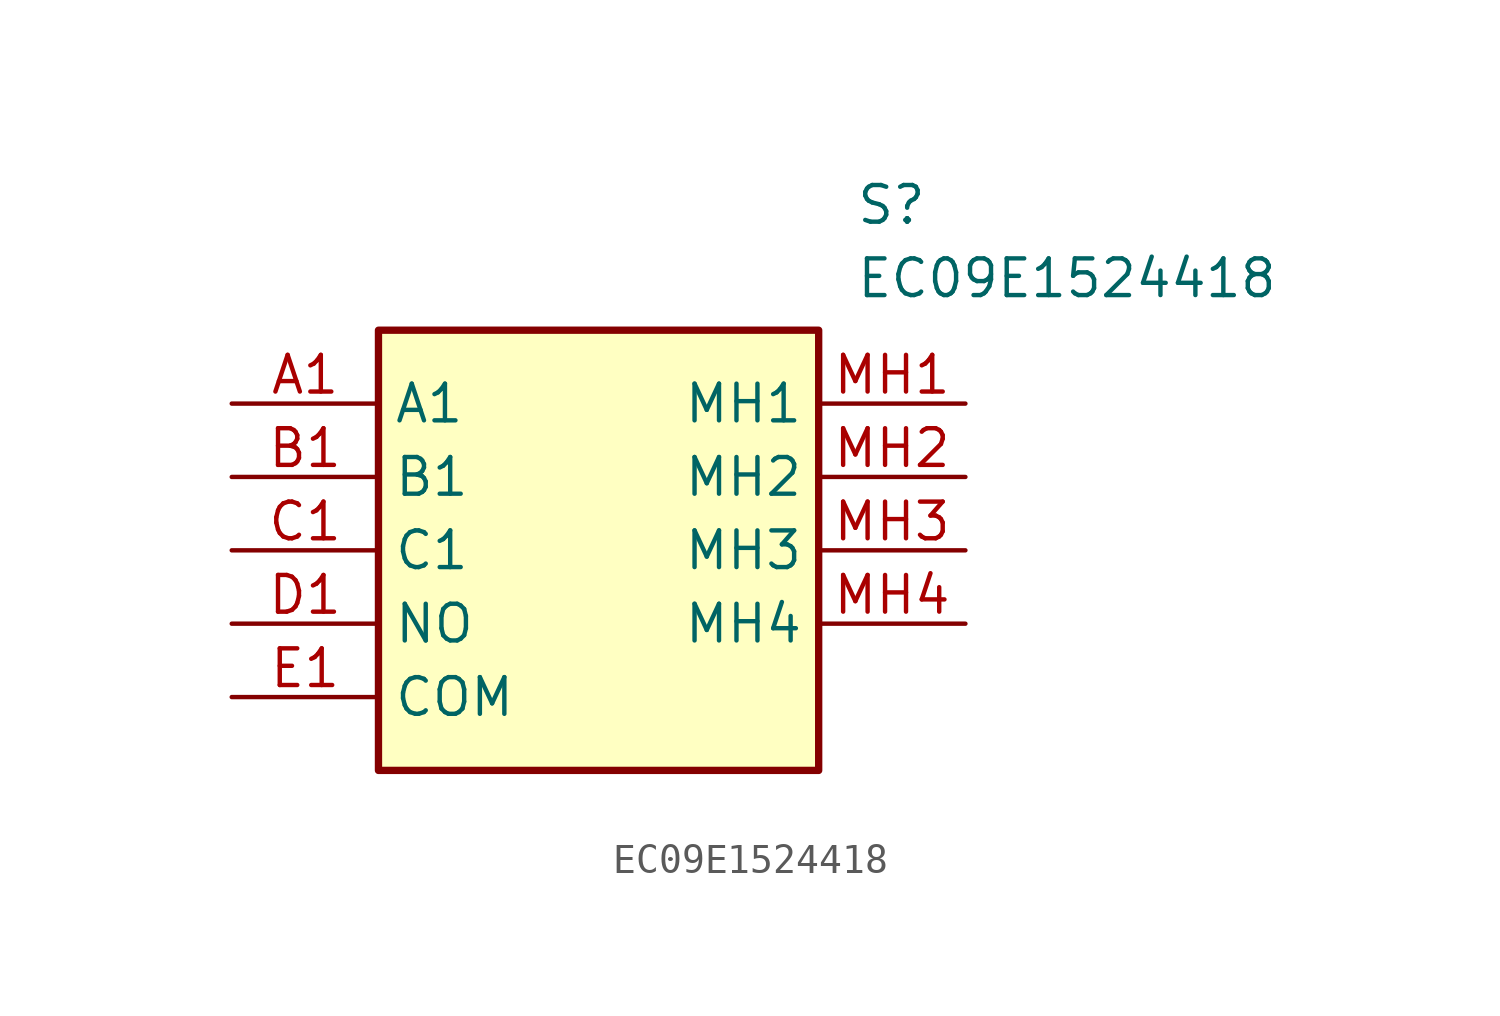
<source format=kicad_sym>
(kicad_symbol_lib
  (version 20211014)
  (generator SamacSys_ECAD_Model)
  (symbol "EC09E1524418"
    (property "Reference" "S"
      (at 21.59 7.62 0)
      (effects (font (size 1.27 1.27)) (justify left top)))
    (property "Value" "EC09E1524418"
      (at 21.59 5.08 0)
      (effects (font (size 1.27 1.27)) (justify left top)))
    (rectangle
      (start 5.08 2.54)
      (end 20.32 -12.7)
      (stroke (width 0.254) (type default))
      (fill (type background)))
    (pin passive line
      (at 0 0 0)
      (length 5.08)
      (name "A1" (effects (font (size 1.27 1.27))))
      (number "A1" (effects (font (size 1.27 1.27)))))
    (pin passive line
      (at 0 -2.54 0)
      (length 5.08)
      (name "B1" (effects (font (size 1.27 1.27))))
      (number "B1" (effects (font (size 1.27 1.27)))))
    (pin passive line
      (at 0 -5.08 0)
      (length 5.08)
      (name "C1" (effects (font (size 1.27 1.27))))
      (number "C1" (effects (font (size 1.27 1.27)))))
    (pin passive line
      (at 0 -7.62 0)
      (length 5.08)
      (name "NO" (effects (font (size 1.27 1.27))))
      (number "D1" (effects (font (size 1.27 1.27)))))
    (pin passive line
      (at 0 -10.16 0)
      (length 5.08)
      (name "COM" (effects (font (size 1.27 1.27))))
      (number "E1" (effects (font (size 1.27 1.27)))))
    (pin passive line
      (at 25.4 0 180)
      (length 5.08)
      (name "MH1" (effects (font (size 1.27 1.27))))
      (number "MH1" (effects (font (size 1.27 1.27)))))
    (pin passive line
      (at 25.4 -2.54 180)
      (length 5.08)
      (name "MH2" (effects (font (size 1.27 1.27))))
      (number "MH2" (effects (font (size 1.27 1.27)))))
    (pin passive line
      (at 25.4 -5.08 180)
      (length 5.08)
      (name "MH3" (effects (font (size 1.27 1.27))))
      (number "MH3" (effects (font (size 1.27 1.27)))))
    (pin passive line
      (at 25.4 -7.62 180)
      (length 5.08)
      (name "MH4" (effects (font (size 1.27 1.27))))
      (number "MH4" (effects (font (size 1.27 1.27)))))))
</source>
